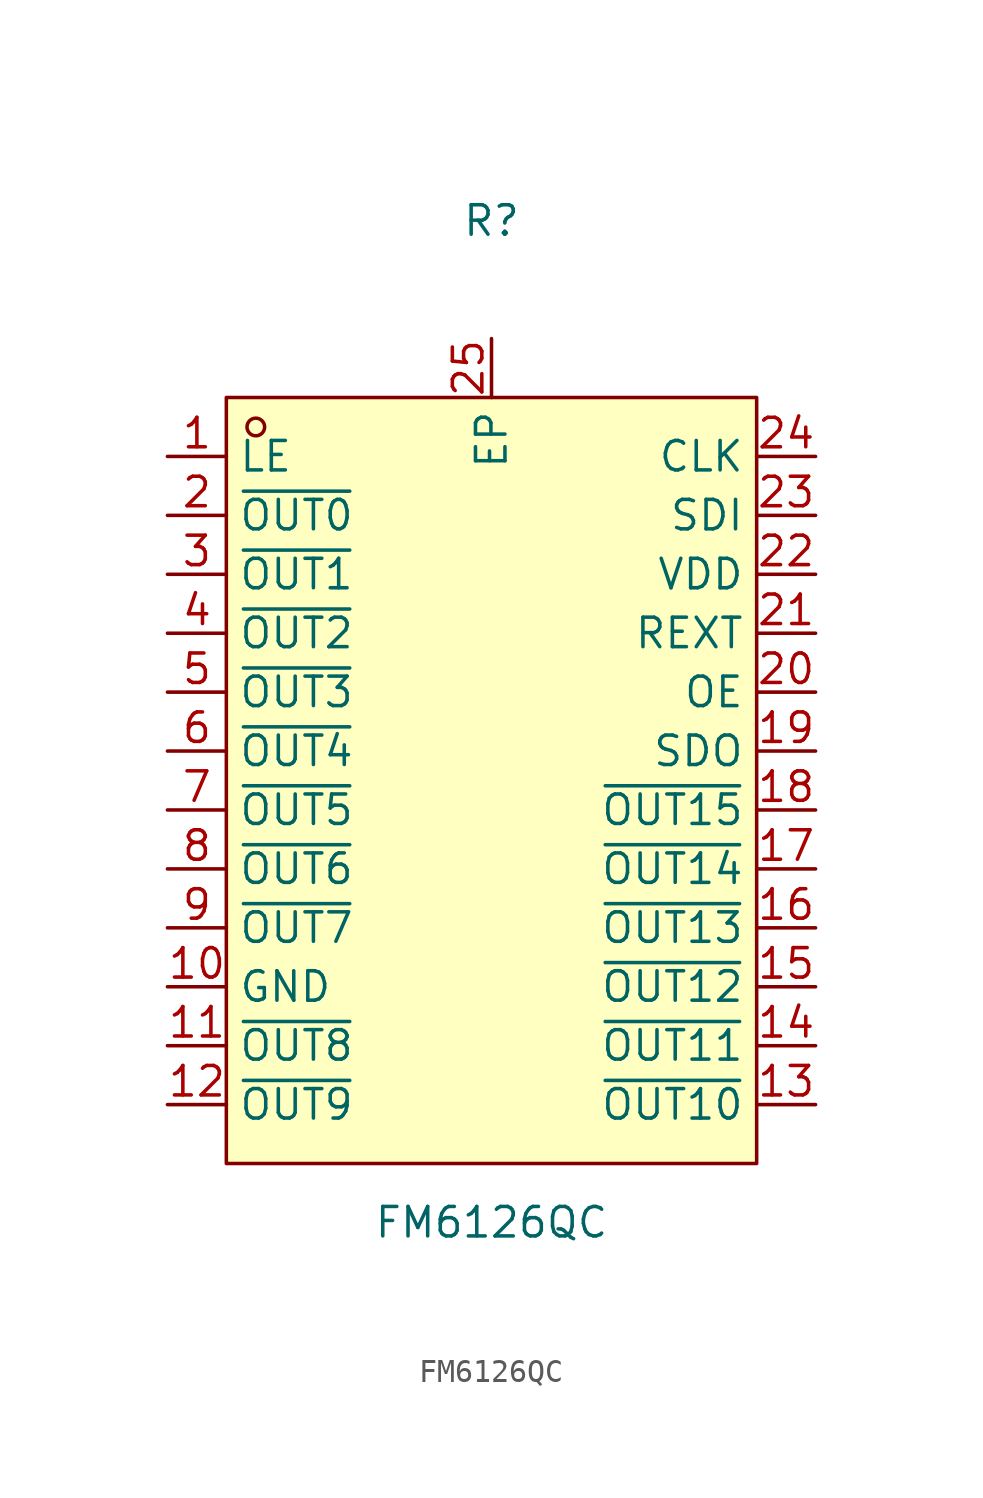
<source format=kicad_sym>
(kicad_symbol_lib
  (version 20211014)
  (generator https://github.com/uPesy/easyeda2kicad.py)
  (symbol "FM6126QC"
    (property "Reference" "R"
      (at 0 24.13 0)
      (effects (font (size 1.27 1.27))))
    (property "Value" "FM6126QC"
      (at 0 -19.05 0)
      (effects (font (size 1.27 1.27))))
    (symbol "FM6126QC_0_1"
      (rectangle (start -11.43 16.51) (end 11.43 -16.51) (stroke (width 0) (type default) (color 0 0 0 0)) (fill (type background)))
      (circle (center -10.16 15.24) (radius 0.38) (stroke (width 0) (type default) (color 0 0 0 0)) (fill (type none)))
      (pin unspecified line (at -13.97 13.97 0) (length 2.54) (name "LE" (effects (font (size 1.27 1.27)))) (number "1" (effects (font (size 1.27 1.27)))))
      (pin unspecified line (at -13.97 11.43 0) (length 2.54) (name "~{OUT0}" (effects (font (size 1.27 1.27)))) (number "2" (effects (font (size 1.27 1.27)))))
      (pin unspecified line (at -13.97 8.89 0) (length 2.54) (name "~{OUT1}" (effects (font (size 1.27 1.27)))) (number "3" (effects (font (size 1.27 1.27)))))
      (pin unspecified line (at -13.97 6.35 0) (length 2.54) (name "~{OUT2}" (effects (font (size 1.27 1.27)))) (number "4" (effects (font (size 1.27 1.27)))))
      (pin unspecified line (at -13.97 3.81 0) (length 2.54) (name "~{OUT3}" (effects (font (size 1.27 1.27)))) (number "5" (effects (font (size 1.27 1.27)))))
      (pin unspecified line (at -13.97 1.27 0) (length 2.54) (name "~{OUT4}" (effects (font (size 1.27 1.27)))) (number "6" (effects (font (size 1.27 1.27)))))
      (pin unspecified line (at -13.97 -1.27 0) (length 2.54) (name "~{OUT5}" (effects (font (size 1.27 1.27)))) (number "7" (effects (font (size 1.27 1.27)))))
      (pin unspecified line (at -13.97 -3.81 0) (length 2.54) (name "~{OUT6}" (effects (font (size 1.27 1.27)))) (number "8" (effects (font (size 1.27 1.27)))))
      (pin unspecified line (at -13.97 -6.35 0) (length 2.54) (name "~{OUT7}" (effects (font (size 1.27 1.27)))) (number "9" (effects (font (size 1.27 1.27)))))
      (pin unspecified line (at -13.97 -8.89 0) (length 2.54) (name "GND" (effects (font (size 1.27 1.27)))) (number "10" (effects (font (size 1.27 1.27)))))
      (pin unspecified line (at -13.97 -11.43 0) (length 2.54) (name "~{OUT8}" (effects (font (size 1.27 1.27)))) (number "11" (effects (font (size 1.27 1.27)))))
      (pin unspecified line (at -13.97 -13.97 0) (length 2.54) (name "~{OUT9}" (effects (font (size 1.27 1.27)))) (number "12" (effects (font (size 1.27 1.27)))))
      (pin unspecified line (at 13.97 -13.97 180) (length 2.54) (name "~{OUT10}" (effects (font (size 1.27 1.27)))) (number "13" (effects (font (size 1.27 1.27)))))
      (pin unspecified line (at 13.97 -11.43 180) (length 2.54) (name "~{OUT11}" (effects (font (size 1.27 1.27)))) (number "14" (effects (font (size 1.27 1.27)))))
      (pin unspecified line (at 13.97 -8.89 180) (length 2.54) (name "~{OUT12}" (effects (font (size 1.27 1.27)))) (number "15" (effects (font (size 1.27 1.27)))))
      (pin unspecified line (at 13.97 -6.35 180) (length 2.54) (name "~{OUT13}" (effects (font (size 1.27 1.27)))) (number "16" (effects (font (size 1.27 1.27)))))
      (pin unspecified line (at 13.97 -3.81 180) (length 2.54) (name "~{OUT14}" (effects (font (size 1.27 1.27)))) (number "17" (effects (font (size 1.27 1.27)))))
      (pin unspecified line (at 13.97 -1.27 180) (length 2.54) (name "~{OUT15}" (effects (font (size 1.27 1.27)))) (number "18" (effects (font (size 1.27 1.27)))))
      (pin unspecified line (at 13.97 1.27 180) (length 2.54) (name "SDO" (effects (font (size 1.27 1.27)))) (number "19" (effects (font (size 1.27 1.27)))))
      (pin unspecified line (at 13.97 3.81 180) (length 2.54) (name "OE" (effects (font (size 1.27 1.27)))) (number "20" (effects (font (size 1.27 1.27)))))
      (pin unspecified line (at 13.97 6.35 180) (length 2.54) (name "REXT" (effects (font (size 1.27 1.27)))) (number "21" (effects (font (size 1.27 1.27)))))
      (pin unspecified line (at 13.97 8.89 180) (length 2.54) (name "VDD" (effects (font (size 1.27 1.27)))) (number "22" (effects (font (size 1.27 1.27)))))
      (pin unspecified line (at 13.97 11.43 180) (length 2.54) (name "SDI" (effects (font (size 1.27 1.27)))) (number "23" (effects (font (size 1.27 1.27)))))
      (pin unspecified line (at 13.97 13.97 180) (length 2.54) (name "CLK" (effects (font (size 1.27 1.27)))) (number "24" (effects (font (size 1.27 1.27)))))
      (pin unspecified line (at 0.00 19.05 270) (length 2.54) (name "EP" (effects (font (size 1.27 1.27)))) (number "25" (effects (font (size 1.27 1.27))))))))
</source>
